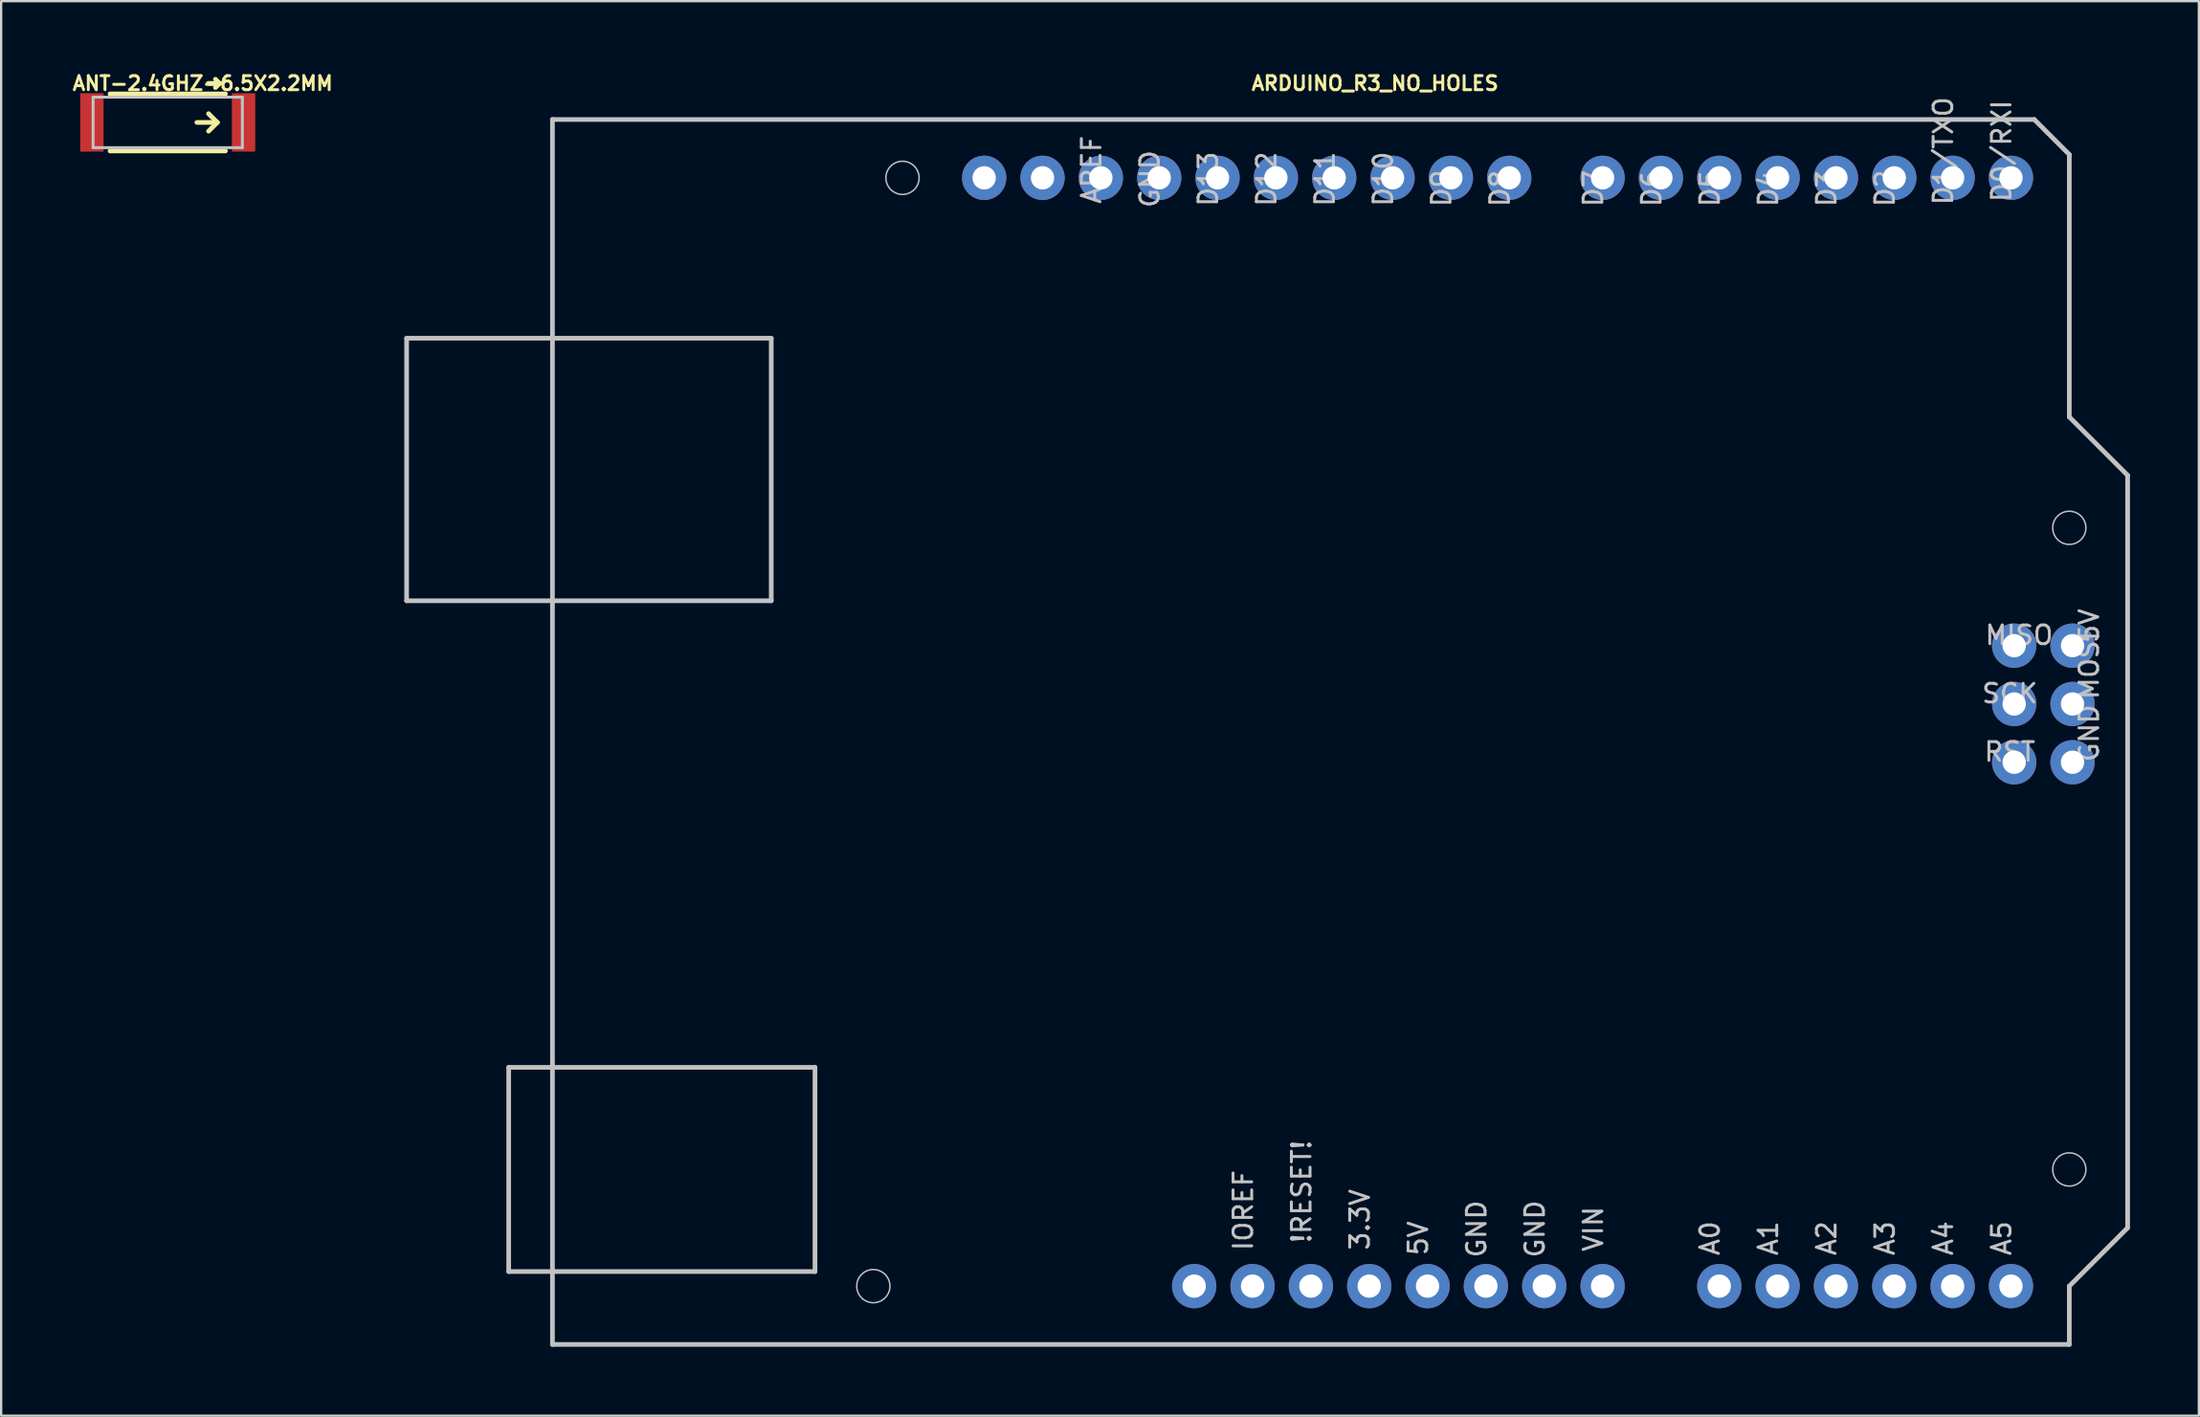
<source format=kicad_pcb>
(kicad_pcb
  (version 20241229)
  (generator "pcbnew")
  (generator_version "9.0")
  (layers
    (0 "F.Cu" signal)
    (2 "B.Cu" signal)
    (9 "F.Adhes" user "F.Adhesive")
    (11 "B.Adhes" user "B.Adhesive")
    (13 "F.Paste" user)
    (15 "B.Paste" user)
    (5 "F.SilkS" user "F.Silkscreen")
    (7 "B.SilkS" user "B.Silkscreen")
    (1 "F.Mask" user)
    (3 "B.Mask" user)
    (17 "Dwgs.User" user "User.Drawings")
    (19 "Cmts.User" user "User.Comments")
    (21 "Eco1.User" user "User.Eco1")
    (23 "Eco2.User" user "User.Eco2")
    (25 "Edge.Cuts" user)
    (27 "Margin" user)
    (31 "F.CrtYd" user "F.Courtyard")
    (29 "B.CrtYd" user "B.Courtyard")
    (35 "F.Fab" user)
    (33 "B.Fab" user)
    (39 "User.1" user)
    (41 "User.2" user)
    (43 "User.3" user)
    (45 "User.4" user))
  (footprint "ARDUINO_R3_NO_HOLES"
    (layer "F.Cu")
    (at 55.293 28.824)
    (property "Reference" "ARDUINO_R3_NO_HOLES" (at 1.524 -28.245 0) (layer "F.SilkS") (effects (font (size 0.61 0.61) (thickness 0.127))))
    (attr exclude_from_pos_files exclude_from_bom)
    (fp_line (start -40.64 -17.145) (end -24.765 -17.145) (stroke (width 0.203) (type solid)) (layer "Dwgs.User"))
    (fp_line (start -40.64 -5.715) (end -40.64 -17.145) (stroke (width 0.203) (type solid)) (layer "Dwgs.User"))
    (fp_line (start -36.195 14.605) (end -22.86 14.605) (stroke (width 0.203) (type solid)) (layer "Dwgs.User"))
    (fp_line (start -36.195 23.495) (end -36.195 14.605) (stroke (width 0.203) (type solid)) (layer "Dwgs.User"))
    (fp_line (start -34.29 -26.67) (end 30.226 -26.67) (stroke (width 0.203) (type solid)) (layer "Dwgs.User"))
    (fp_line (start -34.29 26.67) (end -34.29 -26.67) (stroke (width 0.203) (type solid)) (layer "Dwgs.User"))
    (fp_line (start -24.765 -17.145) (end -24.765 -5.715) (stroke (width 0.203) (type solid)) (layer "Dwgs.User"))
    (fp_line (start -24.765 -5.715) (end -40.64 -5.715) (stroke (width 0.203) (type solid)) (layer "Dwgs.User"))
    (fp_line (start -22.86 14.605) (end -22.86 23.495) (stroke (width 0.203) (type solid)) (layer "Dwgs.User"))
    (fp_line (start -22.86 23.495) (end -36.195 23.495) (stroke (width 0.203) (type solid)) (layer "Dwgs.User"))
    (fp_line (start 30.226 -26.67) (end 31.75 -25.146) (stroke (width 0.203) (type solid)) (layer "Dwgs.User"))
    (fp_line (start 31.75 -25.146) (end 31.75 -13.716) (stroke (width 0.203) (type solid)) (layer "Dwgs.User"))
    (fp_line (start 31.75 -13.716) (end 34.29 -11.176) (stroke (width 0.203) (type solid)) (layer "Dwgs.User"))
    (fp_line (start 31.75 24.13) (end 31.75 26.67) (stroke (width 0.203) (type solid)) (layer "Dwgs.User"))
    (fp_line (start 31.75 26.67) (end -34.29 26.67) (stroke (width 0.203) (type solid)) (layer "Dwgs.User"))
    (fp_line (start 34.29 -11.176) (end 34.29 21.59) (stroke (width 0.203) (type solid)) (layer "Dwgs.User"))
    (fp_line (start 34.29 21.59) (end 31.75 24.13) (stroke (width 0.203) (type solid)) (layer "Dwgs.User"))
    (fp_circle (center -20.32 24.13) (end -20.831 24.641) (stroke (width 0.064) (type solid)) (fill no) (layer "Dwgs.User"))
    (fp_circle (center -19.05 -24.13) (end -19.561 -24.641) (stroke (width 0.064) (type solid)) (fill no) (layer "Dwgs.User"))
    (fp_circle (center 31.75 -8.89) (end 32.261 -9.401) (stroke (width 0.064) (type solid)) (fill no) (layer "Dwgs.User"))
    (fp_circle (center 31.75 19.05) (end 32.261 19.561) (stroke (width 0.064) (type solid)) (fill no) (layer "Dwgs.User"))
    (fp_text user "D7" (at 11.024 -23.673 90) (layer "Dwgs.User") (effects (font (size 0.813 0.813) (thickness 0.127))))
    (fp_text user "D11" (at -0.66 -24.079 90) (layer "Dwgs.User") (effects (font (size 0.813 0.813) (thickness 0.127))))
    (fp_text user "A5" (at 28.801 22.047 90) (layer "Dwgs.User") (effects (font (size 0.813 0.813) (thickness 0.127))))
    (fp_text user "A4" (at 26.264 22.047 90) (layer "Dwgs.User") (effects (font (size 0.813 0.813) (thickness 0.127))))
    (fp_text user "MISO" (at 29.566 -4.216 0) (layer "Dwgs.User") (effects (font (size 0.813 0.813) (thickness 0.127))))
    (fp_text user "A2" (at 21.184 22.047 90) (layer "Dwgs.User") (effects (font (size 0.813 0.813) (thickness 0.127))))
    (fp_text user "GND" (at 5.944 21.641 90) (layer "Dwgs.User") (effects (font (size 0.813 0.813) (thickness 0.127))))
    (fp_text user "GND" (at 32.614 0.051 90) (layer "Dwgs.User") (effects (font (size 0.813 0.813) (thickness 0.127))))
    (fp_text user "D1/TXO" (at 26.264 -25.298 90) (layer "Dwgs.User") (effects (font (size 0.813 0.813) (thickness 0.127))))
    (fp_text user "MOSI" (at 32.614 -2.896 90) (layer "Dwgs.User") (effects (font (size 0.813 0.813) (thickness 0.127))))
    (fp_text user "VIN" (at 11.024 21.641 90) (layer "Dwgs.User") (effects (font (size 0.813 0.813) (thickness 0.127))))
    (fp_text user "IOREF" (at -4.216 20.828 90) (layer "Dwgs.User") (effects (font (size 0.813 0.813) (thickness 0.127))))
    (fp_text user "D13" (at -5.74 -24.079 90) (layer "Dwgs.User") (effects (font (size 0.813 0.813) (thickness 0.127))))
    (fp_text user "D12" (at -3.2 -24.079 90) (layer "Dwgs.User") (effects (font (size 0.813 0.813) (thickness 0.127))))
    (fp_text user "D6" (at 13.564 -23.673 90) (layer "Dwgs.User") (effects (font (size 0.813 0.813) (thickness 0.127))))
    (fp_text user "GND" (at 8.484 21.641 90) (layer "Dwgs.User") (effects (font (size 0.813 0.813) (thickness 0.127))))
    (fp_text user "D3" (at 21.184 -23.673 90) (layer "Dwgs.User") (effects (font (size 0.813 0.813) (thickness 0.127))))
    (fp_text user "5V" (at 32.614 -4.623 90) (layer "Dwgs.User") (effects (font (size 0.813 0.813) (thickness 0.127))))
    (fp_text user "D4" (at 18.644 -23.673 90) (layer "Dwgs.User") (effects (font (size 0.813 0.813) (thickness 0.127))))
    (fp_text user "A0" (at 16.104 22.047 90) (layer "Dwgs.User") (effects (font (size 0.813 0.813) (thickness 0.127))))
    (fp_text user "D0/RXI" (at 28.801 -25.298 90) (layer "Dwgs.User") (effects (font (size 0.813 0.813) (thickness 0.127))))
    (fp_text user "D10" (at 1.88 -24.079 90) (layer "Dwgs.User") (effects (font (size 0.813 0.813) (thickness 0.127))))
    (fp_text user "AREF" (at -10.82 -24.486 90) (layer "Dwgs.User") (effects (font (size 0.813 0.813) (thickness 0.127))))
    (fp_text user "D2" (at 23.724 -23.673 90) (layer "Dwgs.User") (effects (font (size 0.813 0.813) (thickness 0.127))))
    (fp_text user "SCK" (at 29.159 -1.676 0) (layer "Dwgs.User") (effects (font (size 0.813 0.813) (thickness 0.127))))
    (fp_text user "!RESET!" (at -1.676 20.015 90) (layer "Dwgs.User") (effects (font (size 0.813 0.813) (thickness 0.127))))
    (fp_text user "A3" (at 23.724 22.047 90) (layer "Dwgs.User") (effects (font (size 0.813 0.813) (thickness 0.127))))
    (fp_text user "RST" (at 29.159 0.864 0) (layer "Dwgs.User") (effects (font (size 0.813 0.813) (thickness 0.127))))
    (fp_text user "D8" (at 6.96 -23.673 90) (layer "Dwgs.User") (effects (font (size 0.813 0.813) (thickness 0.127))))
    (fp_text user "D5" (at 16.104 -23.673 90) (layer "Dwgs.User") (effects (font (size 0.813 0.813) (thickness 0.127))))
    (fp_text user "3.3V" (at 0.864 21.234 90) (layer "Dwgs.User") (effects (font (size 0.813 0.813) (thickness 0.127))))
    (fp_text user "GND" (at -8.28 -24.079 90) (layer "Dwgs.User") (effects (font (size 0.813 0.813) (thickness 0.127))))
    (fp_text user "A1" (at 18.644 22.047 90) (layer "Dwgs.User") (effects (font (size 0.813 0.813) (thickness 0.127))))
    (fp_text user "5V" (at 3.404 22.047 90) (layer "Dwgs.User") (effects (font (size 0.813 0.813) (thickness 0.127))))
    (fp_text user "D9" (at 4.417 -23.673 90) (layer "Dwgs.User") (effects (font (size 0.813 0.813) (thickness 0.127))))
    (pad "3.3V" thru_hole circle (at 1.27 24.13) (size 1.93 1.93) (drill 1.016) (layers "*.Cu" "*.Paste" "*.Mask"))
    (pad "5V" thru_hole circle (at 3.81 24.13) (size 1.93 1.93) (drill 1.016) (layers "*.Cu" "*.Paste" "*.Mask"))
    (pad "A0" thru_hole circle (at 16.51 24.13) (size 1.93 1.93) (drill 1.016) (layers "*.Cu" "*.Paste" "*.Mask"))
    (pad "A1" thru_hole circle (at 19.05 24.13) (size 1.93 1.93) (drill 1.016) (layers "*.Cu" "*.Paste" "*.Mask"))
    (pad "A2" thru_hole circle (at 21.59 24.13) (size 1.93 1.93) (drill 1.016) (layers "*.Cu" "*.Paste" "*.Mask"))
    (pad "A3" thru_hole circle (at 24.13 24.13) (size 1.93 1.93) (drill 1.016) (layers "*.Cu" "*.Paste" "*.Mask"))
    (pad "A4" thru_hole circle (at 26.67 24.13) (size 1.93 1.93) (drill 1.016) (layers "*.Cu" "*.Paste" "*.Mask"))
    (pad "A5" thru_hole circle (at 29.21 24.13) (size 1.93 1.93) (drill 1.016) (layers "*.Cu" "*.Paste" "*.Mask"))
    (pad "AREF" thru_hole circle (at -10.414 -24.13) (size 1.93 1.93) (drill 1.016) (layers "*.Cu" "*.Paste" "*.Mask"))
    (pad "D0" thru_hole circle (at 29.21 -24.13) (size 1.93 1.93) (drill 1.016) (layers "*.Cu" "*.Paste" "*.Mask"))
    (pad "D1" thru_hole circle (at 26.67 -24.13) (size 1.93 1.93) (drill 1.016) (layers "*.Cu" "*.Paste" "*.Mask"))
    (pad "D2" thru_hole circle (at 24.13 -24.13) (size 1.93 1.93) (drill 1.016) (layers "*.Cu" "*.Paste" "*.Mask"))
    (pad "D3" thru_hole circle (at 21.59 -24.13) (size 1.93 1.93) (drill 1.016) (layers "*.Cu" "*.Paste" "*.Mask"))
    (pad "D4" thru_hole circle (at 19.05 -24.13) (size 1.93 1.93) (drill 1.016) (layers "*.Cu" "*.Paste" "*.Mask"))
    (pad "D5" thru_hole circle (at 16.51 -24.13) (size 1.93 1.93) (drill 1.016) (layers "*.Cu" "*.Paste" "*.Mask"))
    (pad "D6" thru_hole circle (at 13.97 -24.13) (size 1.93 1.93) (drill 1.016) (layers "*.Cu" "*.Paste" "*.Mask"))
    (pad "D7" thru_hole circle (at 11.43 -24.13) (size 1.93 1.93) (drill 1.016) (layers "*.Cu" "*.Paste" "*.Mask"))
    (pad "D8" thru_hole circle (at 7.366 -24.13) (size 1.93 1.93) (drill 1.016) (layers "*.Cu" "*.Paste" "*.Mask"))
    (pad "D9" thru_hole circle (at 4.826 -24.13) (size 1.93 1.93) (drill 1.016) (layers "*.Cu" "*.Paste" "*.Mask"))
    (pad "D10" thru_hole circle (at 2.286 -24.13) (size 1.93 1.93) (drill 1.016) (layers "*.Cu" "*.Paste" "*.Mask"))
    (pad "D11" thru_hole circle (at -0.254 -24.13) (size 1.93 1.93) (drill 1.016) (layers "*.Cu" "*.Paste" "*.Mask"))
    (pad "D12" thru_hole circle (at -2.794 -24.13) (size 1.93 1.93) (drill 1.016) (layers "*.Cu" "*.Paste" "*.Mask"))
    (pad "D13" thru_hole circle (at -5.334 -24.13) (size 1.93 1.93) (drill 1.016) (layers "*.Cu" "*.Paste" "*.Mask"))
    (pad "GND@" thru_hole circle (at -7.874 -24.13) (size 1.93 1.93) (drill 1.016) (layers "*.Cu" "*.Paste" "*.Mask"))
    (pad "GND@" thru_hole circle (at 6.35 24.13) (size 1.93 1.93) (drill 1.016) (layers "*.Cu" "*.Paste" "*.Mask"))
    (pad "GND@" thru_hole circle (at 8.89 24.13) (size 1.93 1.93) (drill 1.016) (layers "*.Cu" "*.Paste" "*.Mask"))
    (pad "GND@" thru_hole circle (at 31.89 1.318) (size 1.93 1.93) (drill 1.016) (layers "*.Cu" "*.Paste" "*.Mask"))
    (pad "IORE" thru_hole circle (at -3.81 24.13) (size 1.93 1.93) (drill 1.016) (layers "*.Cu" "*.Paste" "*.Mask"))
    (pad "MISO" thru_hole circle (at 29.35 -3.759) (size 1.93 1.93) (drill 1.016) (layers "*.Cu" "*.Paste" "*.Mask"))
    (pad "MOSI" thru_hole circle (at 31.89 -1.219) (size 1.93 1.93) (drill 1.016) (layers "*.Cu" "*.Paste" "*.Mask"))
    (pad "NC" thru_hole circle (at -6.35 24.13) (size 1.93 1.93) (drill 1.016) (layers "*.Cu" "*.Paste" "*.Mask"))
    (pad "RESE" thru_hole circle (at -1.27 24.13) (size 1.93 1.93) (drill 1.016) (layers "*.Cu" "*.Paste" "*.Mask"))
    (pad "RESE" thru_hole circle (at 29.35 1.318) (size 1.93 1.93) (drill 1.016) (layers "*.Cu" "*.Paste" "*.Mask"))
    (pad "SCK" thru_hole circle (at 29.35 -1.219) (size 1.93 1.93) (drill 1.016) (layers "*.Cu" "*.Paste" "*.Mask"))
    (pad "SCL" thru_hole circle (at -15.494 -24.13) (size 1.93 1.93) (drill 1.016) (layers "*.Cu" "*.Paste" "*.Mask"))
    (pad "SDA" thru_hole circle (at -12.954 -24.13) (size 1.93 1.93) (drill 1.016) (layers "*.Cu" "*.Paste" "*.Mask"))
    (pad "VCC" thru_hole circle (at 31.89 -3.759) (size 1.93 1.93) (drill 1.016) (layers "*.Cu" "*.Paste" "*.Mask"))
    (pad "VIN" thru_hole circle (at 11.43 24.13) (size 1.93 1.93) (drill 1.016) (layers "*.Cu" "*.Paste" "*.Mask")))
  (footprint "ANT-2.4GHZ-6.5X2.2MM"
    (layer "F.Cu")
    (at 4.252 2.281)
    (property "Reference" "ANT-2.4GHZ-6.5X2.2MM" (at 1.524 -1.702 0) (layer "F.SilkS") (effects (font (size 0.61 0.61) (thickness 0.127))))
    (attr smd)
    (fp_line (start -2.512 -1.242) (end 2.512 -1.242) (stroke (width 0.203) (type solid)) (layer "F.SilkS"))
    (fp_line (start -2.512 1.242) (end 2.512 1.242) (stroke (width 0.203) (type solid)) (layer "F.SilkS"))
    (fp_line (start 1.27 0) (end 2.159 0) (stroke (width 0.203) (type solid)) (layer "F.SilkS"))
    (fp_line (start 1.768 -1.699) (end 2.258 -1.699) (stroke (width 0.203) (type solid)) (layer "F.SilkS"))
    (fp_line (start 2.159 0) (end 1.778 -0.381) (stroke (width 0.203) (type solid)) (layer "F.SilkS"))
    (fp_line (start 2.159 0) (end 1.778 0.381) (stroke (width 0.203) (type solid)) (layer "F.SilkS"))
    (fp_line (start 2.258 -1.699) (end 2.078 -1.88) (stroke (width 0.203) (type solid)) (layer "F.SilkS"))
    (fp_line (start 2.258 -1.699) (end 2.078 -1.519) (stroke (width 0.203) (type solid)) (layer "F.SilkS"))
    (fp_line (start -3.249 -1.1) (end 3.249 -1.1) (stroke (width 0.127) (type solid)) (layer "Dwgs.User"))
    (fp_line (start -3.249 1.1) (end -3.249 -1.1) (stroke (width 0.127) (type solid)) (layer "Dwgs.User"))
    (fp_line (start 3.249 -1.1) (end 3.249 1.1) (stroke (width 0.127) (type solid)) (layer "Dwgs.User"))
    (fp_line (start 3.249 1.1) (end -3.249 1.1) (stroke (width 0.127) (type solid)) (layer "Dwgs.User"))
    (pad "FEED" smd rect (at -3.302 0 180) (size 1.016 2.54) (layers "F.Cu" "F.Mask" "F.Paste"))
    (pad "NC" smd rect (at 3.302 0 180) (size 1.016 2.54) (layers "F.Cu" "F.Mask" "F.Paste")))
  (gr_rect
    (start -3 -3)
    (end 92.684 58.596)
    (stroke (width 0.1) (type default))
    (fill no)
    (layer "Edge.Cuts")))
</source>
